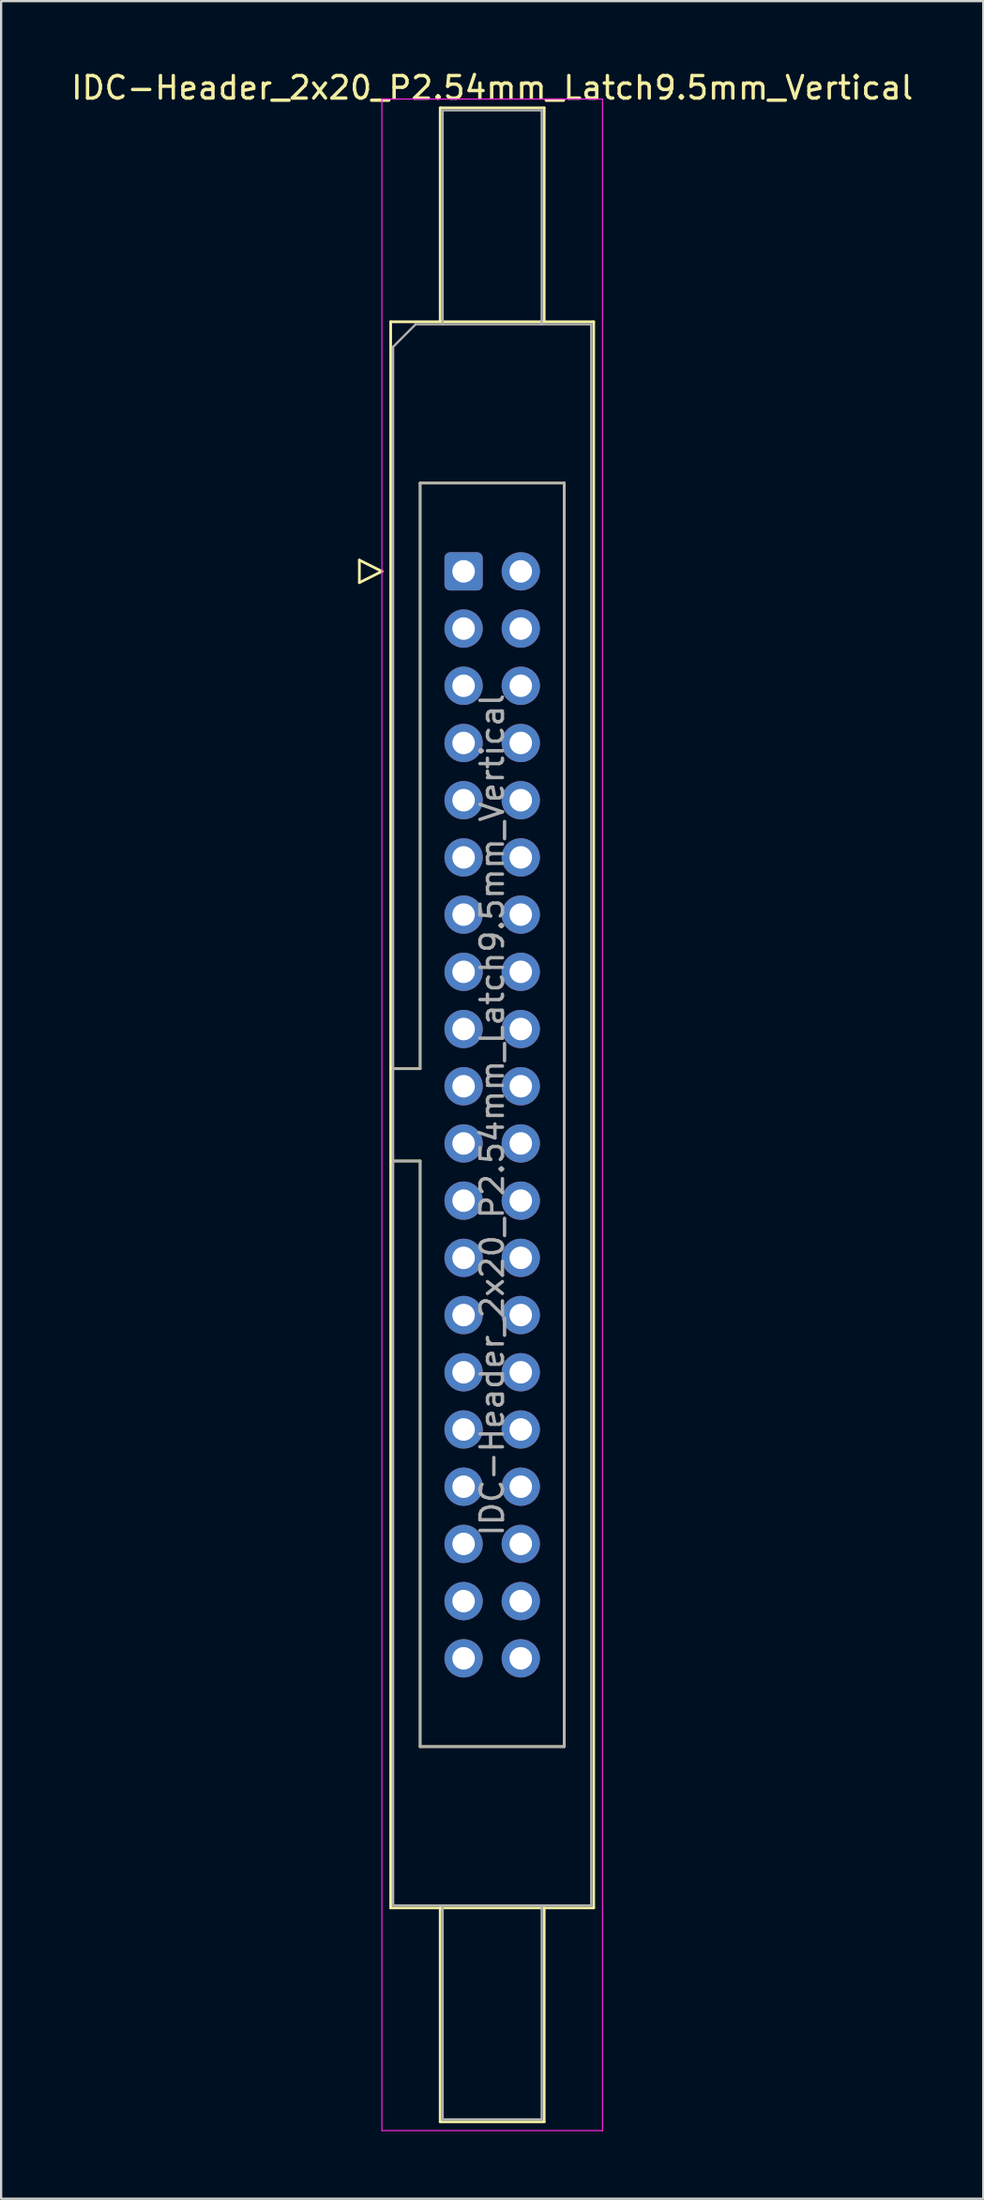
<source format=kicad_pcb>
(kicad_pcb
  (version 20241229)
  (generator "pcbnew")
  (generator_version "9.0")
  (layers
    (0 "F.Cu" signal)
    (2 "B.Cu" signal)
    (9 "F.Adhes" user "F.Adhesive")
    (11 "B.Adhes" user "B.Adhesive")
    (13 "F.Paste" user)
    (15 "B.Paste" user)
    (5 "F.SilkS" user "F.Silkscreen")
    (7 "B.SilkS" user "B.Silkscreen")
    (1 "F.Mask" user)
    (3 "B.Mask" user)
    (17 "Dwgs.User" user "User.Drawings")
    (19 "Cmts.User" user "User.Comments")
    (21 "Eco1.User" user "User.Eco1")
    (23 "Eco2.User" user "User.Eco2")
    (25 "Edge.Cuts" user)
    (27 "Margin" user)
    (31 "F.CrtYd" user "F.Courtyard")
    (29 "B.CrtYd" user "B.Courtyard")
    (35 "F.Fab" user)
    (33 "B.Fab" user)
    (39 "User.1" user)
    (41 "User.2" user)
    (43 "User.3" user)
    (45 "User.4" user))
  (footprint "IDC-Header_2x20_P2.54mm_Latch9.5mm_Vertical"
    (layer "F.Cu")
    (at 17.545 22.318)
    (property "Reference" "IDC-Header_2x20_P2.54mm_Latch9.5mm_Vertical" (at 1.27 -21.47 0) (layer "F.SilkS") (effects (font (size 1 1) (thickness 0.15))))
    (attr through_hole)
    (fp_line (start -4.63 -0.5) (end -4.63 0.5) (stroke (width 0.12) (type solid)) (layer "F.SilkS"))
    (fp_line (start -4.63 0.5) (end -3.63 0) (stroke (width 0.12) (type solid)) (layer "F.SilkS"))
    (fp_line (start -3.63 0) (end -4.63 -0.5) (stroke (width 0.12) (type solid)) (layer "F.SilkS"))
    (fp_line (start -3.24 -11.08) (end 5.78 -11.08) (stroke (width 0.12) (type solid)) (layer "F.SilkS"))
    (fp_line (start -3.24 22.08) (end -1.93 22.08) (stroke (width 0.12) (type solid)) (layer "F.SilkS"))
    (fp_line (start -3.24 59.34) (end -3.24 -11.08) (stroke (width 0.12) (type solid)) (layer "F.SilkS"))
    (fp_line (start -1.93 -3.92) (end 4.47 -3.92) (stroke (width 0.12) (type solid)) (layer "F.SilkS"))
    (fp_line (start -1.93 22.08) (end -1.93 -3.92) (stroke (width 0.12) (type solid)) (layer "F.SilkS"))
    (fp_line (start -1.93 26.18) (end -3.24 26.18) (stroke (width 0.12) (type solid)) (layer "F.SilkS"))
    (fp_line (start -1.93 52.18) (end -1.93 26.18) (stroke (width 0.12) (type solid)) (layer "F.SilkS"))
    (fp_line (start -1.04 -20.58) (end 3.58 -20.58) (stroke (width 0.12) (type solid)) (layer "F.SilkS"))
    (fp_line (start -1.04 -11.08) (end -1.04 -20.58) (stroke (width 0.12) (type solid)) (layer "F.SilkS"))
    (fp_line (start -1.04 59.34) (end -1.04 68.84) (stroke (width 0.12) (type solid)) (layer "F.SilkS"))
    (fp_line (start -1.04 68.84) (end 3.58 68.84) (stroke (width 0.12) (type solid)) (layer "F.SilkS"))
    (fp_line (start 3.58 -20.58) (end 3.58 -11.08) (stroke (width 0.12) (type solid)) (layer "F.SilkS"))
    (fp_line (start 3.58 68.84) (end 3.58 59.34) (stroke (width 0.12) (type solid)) (layer "F.SilkS"))
    (fp_line (start 4.47 -3.92) (end 4.47 52.18) (stroke (width 0.12) (type solid)) (layer "F.SilkS"))
    (fp_line (start 4.47 52.18) (end -1.93 52.18) (stroke (width 0.12) (type solid)) (layer "F.SilkS"))
    (fp_line (start 5.78 -11.08) (end 5.78 59.34) (stroke (width 0.12) (type solid)) (layer "F.SilkS"))
    (fp_line (start 5.78 59.34) (end -3.24 59.34) (stroke (width 0.12) (type solid)) (layer "F.SilkS"))
    (fp_line (start -3.63 -20.97) (end -3.63 69.23) (stroke (width 0.05) (type solid)) (layer "F.CrtYd"))
    (fp_line (start -3.63 69.23) (end 6.17 69.23) (stroke (width 0.05) (type solid)) (layer "F.CrtYd"))
    (fp_line (start 6.17 -20.97) (end -3.63 -20.97) (stroke (width 0.05) (type solid)) (layer "F.CrtYd"))
    (fp_line (start 6.17 69.23) (end 6.17 -20.97) (stroke (width 0.05) (type solid)) (layer "F.CrtYd"))
    (fp_line (start -3.13 -9.97) (end -2.13 -10.97) (stroke (width 0.1) (type solid)) (layer "F.Fab"))
    (fp_line (start -3.13 22.08) (end -1.93 22.08) (stroke (width 0.1) (type solid)) (layer "F.Fab"))
    (fp_line (start -3.13 59.23) (end -3.13 -9.97) (stroke (width 0.1) (type solid)) (layer "F.Fab"))
    (fp_line (start -2.13 -10.97) (end 5.67 -10.97) (stroke (width 0.1) (type solid)) (layer "F.Fab"))
    (fp_line (start -1.93 -3.92) (end 4.47 -3.92) (stroke (width 0.1) (type solid)) (layer "F.Fab"))
    (fp_line (start -1.93 22.08) (end -1.93 -3.92) (stroke (width 0.1) (type solid)) (layer "F.Fab"))
    (fp_line (start -1.93 26.18) (end -3.13 26.18) (stroke (width 0.1) (type solid)) (layer "F.Fab"))
    (fp_line (start -1.93 52.18) (end -1.93 26.18) (stroke (width 0.1) (type solid)) (layer "F.Fab"))
    (fp_line (start -0.93 -20.47) (end 3.47 -20.47) (stroke (width 0.1) (type solid)) (layer "F.Fab"))
    (fp_line (start -0.93 -10.97) (end -0.93 -20.47) (stroke (width 0.1) (type solid)) (layer "F.Fab"))
    (fp_line (start -0.93 59.23) (end -0.93 68.73) (stroke (width 0.1) (type solid)) (layer "F.Fab"))
    (fp_line (start -0.93 68.73) (end 3.47 68.73) (stroke (width 0.1) (type solid)) (layer "F.Fab"))
    (fp_line (start 3.47 -20.47) (end 3.47 -10.97) (stroke (width 0.1) (type solid)) (layer "F.Fab"))
    (fp_line (start 3.47 68.73) (end 3.47 59.23) (stroke (width 0.1) (type solid)) (layer "F.Fab"))
    (fp_line (start 4.47 -3.92) (end 4.47 52.18) (stroke (width 0.1) (type solid)) (layer "F.Fab"))
    (fp_line (start 4.47 52.18) (end -1.93 52.18) (stroke (width 0.1) (type solid)) (layer "F.Fab"))
    (fp_line (start 5.67 -10.97) (end 5.67 59.23) (stroke (width 0.1) (type solid)) (layer "F.Fab"))
    (fp_line (start 5.67 59.23) (end -3.13 59.23) (stroke (width 0.1) (type solid)) (layer "F.Fab"))
    (fp_text user "${REFERENCE}" (at 1.27 24.13 90) (layer "F.Fab") (effects (font (size 1 1) (thickness 0.15))))
    (pad "1" thru_hole roundrect (at 0 0) (size 1.7 1.7) (drill 1) (layers "*.Cu" "*.Mask") (roundrect_rratio 0.147))
    (pad "2" thru_hole circle (at 2.54 0) (size 1.7 1.7) (drill 1) (layers "*.Cu" "*.Mask"))
    (pad "3" thru_hole circle (at 0 2.54) (size 1.7 1.7) (drill 1) (layers "*.Cu" "*.Mask"))
    (pad "4" thru_hole circle (at 2.54 2.54) (size 1.7 1.7) (drill 1) (layers "*.Cu" "*.Mask"))
    (pad "5" thru_hole circle (at 0 5.08) (size 1.7 1.7) (drill 1) (layers "*.Cu" "*.Mask"))
    (pad "6" thru_hole circle (at 2.54 5.08) (size 1.7 1.7) (drill 1) (layers "*.Cu" "*.Mask"))
    (pad "7" thru_hole circle (at 0 7.62) (size 1.7 1.7) (drill 1) (layers "*.Cu" "*.Mask"))
    (pad "8" thru_hole circle (at 2.54 7.62) (size 1.7 1.7) (drill 1) (layers "*.Cu" "*.Mask"))
    (pad "9" thru_hole circle (at 0 10.16) (size 1.7 1.7) (drill 1) (layers "*.Cu" "*.Mask"))
    (pad "10" thru_hole circle (at 2.54 10.16) (size 1.7 1.7) (drill 1) (layers "*.Cu" "*.Mask"))
    (pad "11" thru_hole circle (at 0 12.7) (size 1.7 1.7) (drill 1) (layers "*.Cu" "*.Mask"))
    (pad "12" thru_hole circle (at 2.54 12.7) (size 1.7 1.7) (drill 1) (layers "*.Cu" "*.Mask"))
    (pad "13" thru_hole circle (at 0 15.24) (size 1.7 1.7) (drill 1) (layers "*.Cu" "*.Mask"))
    (pad "14" thru_hole circle (at 2.54 15.24) (size 1.7 1.7) (drill 1) (layers "*.Cu" "*.Mask"))
    (pad "15" thru_hole circle (at 0 17.78) (size 1.7 1.7) (drill 1) (layers "*.Cu" "*.Mask"))
    (pad "16" thru_hole circle (at 2.54 17.78) (size 1.7 1.7) (drill 1) (layers "*.Cu" "*.Mask"))
    (pad "17" thru_hole circle (at 0 20.32) (size 1.7 1.7) (drill 1) (layers "*.Cu" "*.Mask"))
    (pad "18" thru_hole circle (at 2.54 20.32) (size 1.7 1.7) (drill 1) (layers "*.Cu" "*.Mask"))
    (pad "19" thru_hole circle (at 0 22.86) (size 1.7 1.7) (drill 1) (layers "*.Cu" "*.Mask"))
    (pad "20" thru_hole circle (at 2.54 22.86) (size 1.7 1.7) (drill 1) (layers "*.Cu" "*.Mask"))
    (pad "21" thru_hole circle (at 0 25.4) (size 1.7 1.7) (drill 1) (layers "*.Cu" "*.Mask"))
    (pad "22" thru_hole circle (at 2.54 25.4) (size 1.7 1.7) (drill 1) (layers "*.Cu" "*.Mask"))
    (pad "23" thru_hole circle (at 0 27.94) (size 1.7 1.7) (drill 1) (layers "*.Cu" "*.Mask"))
    (pad "24" thru_hole circle (at 2.54 27.94) (size 1.7 1.7) (drill 1) (layers "*.Cu" "*.Mask"))
    (pad "25" thru_hole circle (at 0 30.48) (size 1.7 1.7) (drill 1) (layers "*.Cu" "*.Mask"))
    (pad "26" thru_hole circle (at 2.54 30.48) (size 1.7 1.7) (drill 1) (layers "*.Cu" "*.Mask"))
    (pad "27" thru_hole circle (at 0 33.02) (size 1.7 1.7) (drill 1) (layers "*.Cu" "*.Mask"))
    (pad "28" thru_hole circle (at 2.54 33.02) (size 1.7 1.7) (drill 1) (layers "*.Cu" "*.Mask"))
    (pad "29" thru_hole circle (at 0 35.56) (size 1.7 1.7) (drill 1) (layers "*.Cu" "*.Mask"))
    (pad "30" thru_hole circle (at 2.54 35.56) (size 1.7 1.7) (drill 1) (layers "*.Cu" "*.Mask"))
    (pad "31" thru_hole circle (at 0 38.1) (size 1.7 1.7) (drill 1) (layers "*.Cu" "*.Mask"))
    (pad "32" thru_hole circle (at 2.54 38.1) (size 1.7 1.7) (drill 1) (layers "*.Cu" "*.Mask"))
    (pad "33" thru_hole circle (at 0 40.64) (size 1.7 1.7) (drill 1) (layers "*.Cu" "*.Mask"))
    (pad "34" thru_hole circle (at 2.54 40.64) (size 1.7 1.7) (drill 1) (layers "*.Cu" "*.Mask"))
    (pad "35" thru_hole circle (at 0 43.18) (size 1.7 1.7) (drill 1) (layers "*.Cu" "*.Mask"))
    (pad "36" thru_hole circle (at 2.54 43.18) (size 1.7 1.7) (drill 1) (layers "*.Cu" "*.Mask"))
    (pad "37" thru_hole circle (at 0 45.72) (size 1.7 1.7) (drill 1) (layers "*.Cu" "*.Mask"))
    (pad "38" thru_hole circle (at 2.54 45.72) (size 1.7 1.7) (drill 1) (layers "*.Cu" "*.Mask"))
    (pad "39" thru_hole circle (at 0 48.26) (size 1.7 1.7) (drill 1) (layers "*.Cu" "*.Mask"))
    (pad "40" thru_hole circle (at 2.54 48.26) (size 1.7 1.7) (drill 1) (layers "*.Cu" "*.Mask")))
  (gr_rect
    (start -3 -3)
    (end 40.631 94.573)
    (stroke (width 0.1) (type default))
    (fill no)
    (layer "Edge.Cuts")))
</source>
